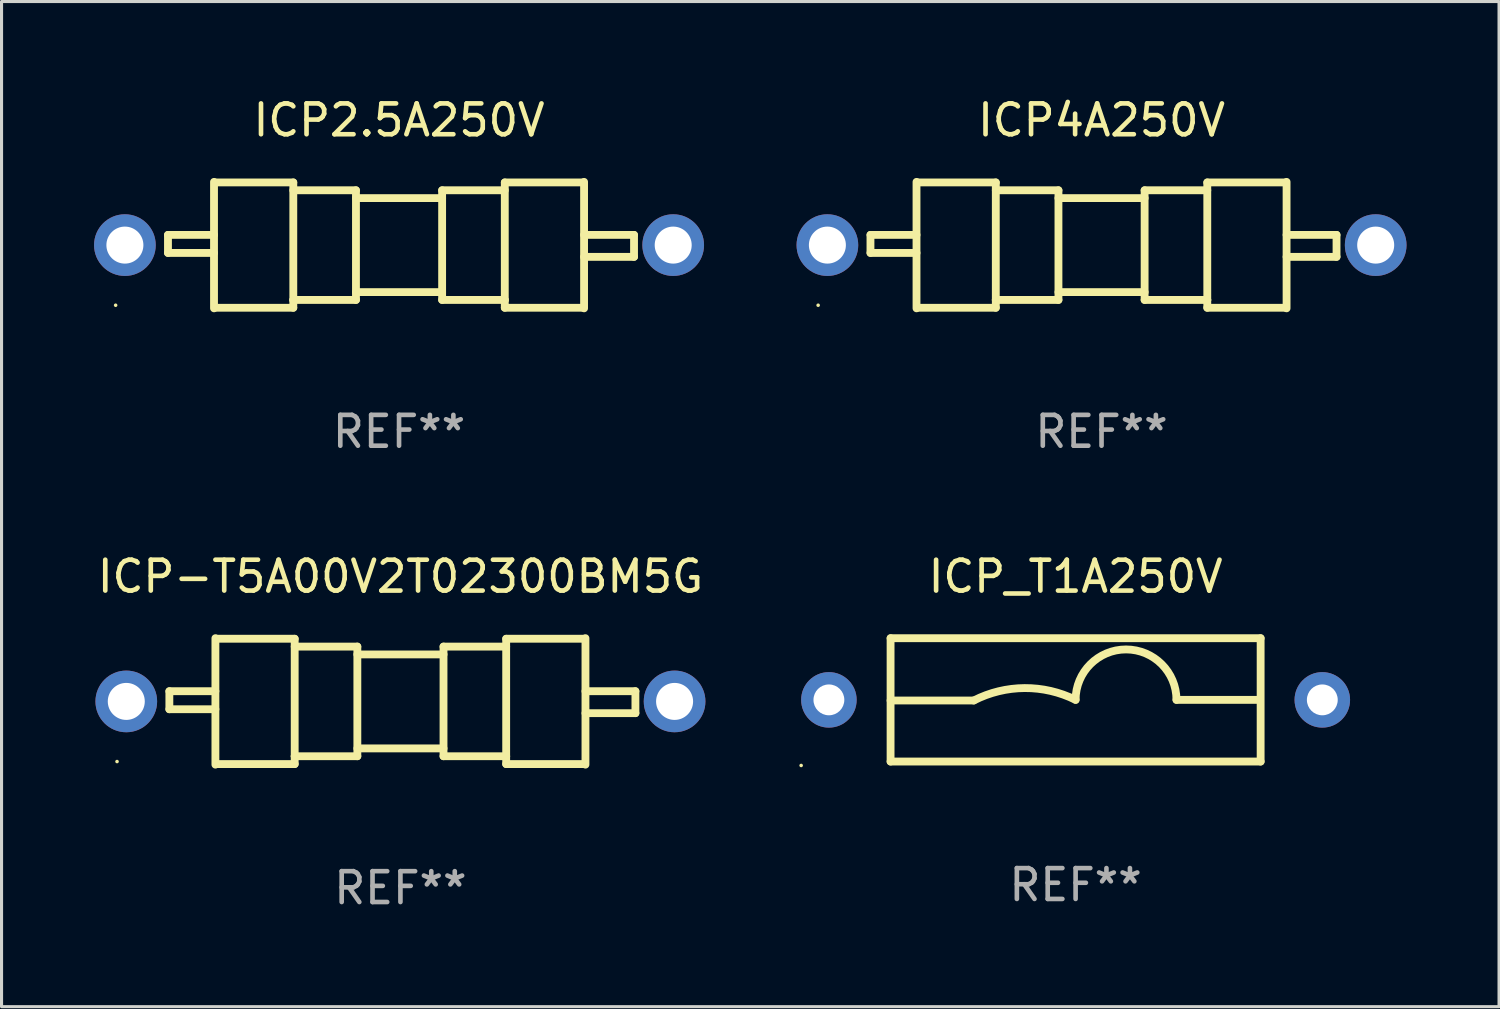
<source format=kicad_pcb>
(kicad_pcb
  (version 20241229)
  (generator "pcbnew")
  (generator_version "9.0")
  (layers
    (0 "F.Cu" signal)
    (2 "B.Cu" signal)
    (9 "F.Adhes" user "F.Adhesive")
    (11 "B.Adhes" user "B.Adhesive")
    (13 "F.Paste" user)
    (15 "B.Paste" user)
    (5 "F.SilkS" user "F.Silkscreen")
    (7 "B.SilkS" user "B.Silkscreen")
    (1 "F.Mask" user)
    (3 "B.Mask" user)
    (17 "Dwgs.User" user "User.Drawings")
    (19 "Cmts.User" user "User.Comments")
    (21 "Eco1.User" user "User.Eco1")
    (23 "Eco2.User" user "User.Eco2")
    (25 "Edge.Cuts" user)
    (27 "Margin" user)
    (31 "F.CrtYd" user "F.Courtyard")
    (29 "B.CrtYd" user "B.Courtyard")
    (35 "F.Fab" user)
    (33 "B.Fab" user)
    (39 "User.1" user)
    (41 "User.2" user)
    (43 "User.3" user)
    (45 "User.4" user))
  (footprint "ICP-T5A00V2T02300BM5G"
    (layer "F.Cu")
    (at 9.935 19.695)
    (property "Reference" "ICP-T5A00V2T02300BM5G" (at 0 -4.05 0) (layer "F.SilkS") (effects (font (size 1 1) (thickness 0.15))))
    (attr through_hole)
    (fp_line (start -7.493 -0.331) (end -7.493 0.254) (stroke (width 0.254) (type solid)) (layer "F.SilkS"))
    (fp_line (start -7.493 0.254) (end -6 0.254) (stroke (width 0.254) (type solid)) (layer "F.SilkS"))
    (fp_line (start -6 -0.331) (end -7.493 -0.331) (stroke (width 0.254) (type solid)) (layer "F.SilkS"))
    (fp_line (start -6 2.05) (end -6 -2.05) (stroke (width 0.254) (type solid)) (layer "F.SilkS"))
    (fp_line (start -5.969 -2.032) (end -3.429 -2.032) (stroke (width 0.254) (type solid)) (layer "F.SilkS"))
    (fp_line (start -3.429 -2.032) (end -3.429 2.032) (stroke (width 0.254) (type solid)) (layer "F.SilkS"))
    (fp_line (start -3.429 -1.778) (end -1.397 -1.778) (stroke (width 0.254) (type solid)) (layer "F.SilkS"))
    (fp_line (start -3.429 1.778) (end -3.429 1.778) (stroke (width 0.254) (type solid)) (layer "F.SilkS"))
    (fp_line (start -3.429 2.032) (end -5.969 2.032) (stroke (width 0.254) (type solid)) (layer "F.SilkS"))
    (fp_line (start -1.397 -1.778) (end -1.397 1.778) (stroke (width 0.254) (type solid)) (layer "F.SilkS"))
    (fp_line (start -1.397 -1.524) (end 1.397 -1.524) (stroke (width 0.254) (type solid)) (layer "F.SilkS"))
    (fp_line (start -1.397 1.524) (end 1.397 1.524) (stroke (width 0.254) (type solid)) (layer "F.SilkS"))
    (fp_line (start -1.397 1.778) (end -3.429 1.778) (stroke (width 0.254) (type solid)) (layer "F.SilkS"))
    (fp_line (start 1.397 -1.778) (end 1.397 1.778) (stroke (width 0.254) (type solid)) (layer "F.SilkS"))
    (fp_line (start 1.397 1.778) (end 3.429 1.778) (stroke (width 0.254) (type solid)) (layer "F.SilkS"))
    (fp_line (start 3.429 -2.032) (end 3.429 2.032) (stroke (width 0.254) (type solid)) (layer "F.SilkS"))
    (fp_line (start 3.429 -1.778) (end 1.397 -1.778) (stroke (width 0.254) (type solid)) (layer "F.SilkS"))
    (fp_line (start 3.429 1.778) (end 3.429 1.778) (stroke (width 0.254) (type solid)) (layer "F.SilkS"))
    (fp_line (start 3.429 2.032) (end 5.969 2.032) (stroke (width 0.254) (type solid)) (layer "F.SilkS"))
    (fp_line (start 5.969 -2.032) (end 3.429 -2.032) (stroke (width 0.254) (type solid)) (layer "F.SilkS"))
    (fp_line (start 6 -2.05) (end 6 2.05) (stroke (width 0.254) (type solid)) (layer "F.SilkS"))
    (fp_line (start 6 -0.331) (end 7.62 -0.331) (stroke (width 0.254) (type solid)) (layer "F.SilkS"))
    (fp_line (start 7.62 -0.331) (end 7.62 0.381) (stroke (width 0.254) (type solid)) (layer "F.SilkS"))
    (fp_line (start 7.62 0.381) (end 6 0.381) (stroke (width 0.254) (type solid)) (layer "F.SilkS"))
    (fp_circle (center -9.19 1.95) (end -9.16 1.95) (stroke (width 0.06) (type solid)) (fill no) (layer "F.SilkS"))
    (fp_text user "REF**" (at 0 6.05 0) (layer "F.Fab") (effects (font (size 1 1) (thickness 0.15))))
    (pad "1" thru_hole circle (at -8.89 0) (size 2 2) (drill 1.2) (layers "*.Cu" "*.Mask"))
    (pad "2" thru_hole circle (at 8.89 0) (size 2 2) (drill 1.2) (layers "*.Cu" "*.Mask")))
  (footprint "ICP_T1A250V"
    (layer "F.Cu")
    (at 31.829 19.645)
    (property "Reference" "ICP_T1A250V" (at 0 -4 0) (layer "F.SilkS") (effects (font (size 1 1) (thickness 0.15))))
    (attr through_hole)
    (fp_line (start -6 -2) (end 6 -2) (stroke (width 0.254) (type solid)) (layer "F.SilkS"))
    (fp_line (start -6 0.02) (end -3.302 0.02) (stroke (width 0.254) (type solid)) (layer "F.SilkS"))
    (fp_line (start -6 2) (end -6 -2) (stroke (width 0.254) (type solid)) (layer "F.SilkS"))
    (fp_line (start 5.969 0) (end 3.271 0) (stroke (width 0.254) (type solid)) (layer "F.SilkS"))
    (fp_line (start 6 -2) (end 6 2) (stroke (width 0.254) (type solid)) (layer "F.SilkS"))
    (fp_line (start 6 2) (end -6 2) (stroke (width 0.254) (type solid)) (layer "F.SilkS"))
    (fp_arc (start -3.302007 0.020218) (mid -1.653409 -0.382715) (end 0 0) (stroke (width 0.254001) (type solid)) (layer "F.SilkS"))
    (fp_arc (start 0.000001 0) (mid 1.635497 -1.634823) (end 3.270993 0) (stroke (width 0.254001) (type solid)) (layer "F.SilkS"))
    (fp_circle (center -8.9 2.127) (end -8.87 2.127) (stroke (width 0.06) (type solid)) (fill no) (layer "F.SilkS"))
    (fp_text user "REF**" (at 0 6 0) (layer "F.Fab") (effects (font (size 1 1) (thickness 0.15))))
    (pad "1" thru_hole circle (at -8 0) (size 1.8 1.8) (drill 1) (layers "*.Cu" "*.Mask"))
    (pad "2" thru_hole circle (at 8 0) (size 1.8 1.8) (drill 1) (layers "*.Cu" "*.Mask")))
  (footprint "ICP4A250V"
    (layer "F.Cu")
    (at 32.67 4.898)
    (property "Reference" "ICP4A250V" (at 0 -4.05 0) (layer "F.SilkS") (effects (font (size 1 1) (thickness 0.15))))
    (attr through_hole)
    (fp_line (start -7.493 -0.331) (end -7.493 0.254) (stroke (width 0.254) (type solid)) (layer "F.SilkS"))
    (fp_line (start -7.493 0.254) (end -6 0.254) (stroke (width 0.254) (type solid)) (layer "F.SilkS"))
    (fp_line (start -6 -0.331) (end -7.493 -0.331) (stroke (width 0.254) (type solid)) (layer "F.SilkS"))
    (fp_line (start -6 2.05) (end -6 -2.05) (stroke (width 0.254) (type solid)) (layer "F.SilkS"))
    (fp_line (start -5.969 -2.032) (end -3.429 -2.032) (stroke (width 0.254) (type solid)) (layer "F.SilkS"))
    (fp_line (start -3.429 -2.032) (end -3.429 2.032) (stroke (width 0.254) (type solid)) (layer "F.SilkS"))
    (fp_line (start -3.429 -1.778) (end -1.397 -1.778) (stroke (width 0.254) (type solid)) (layer "F.SilkS"))
    (fp_line (start -3.429 1.778) (end -3.429 1.778) (stroke (width 0.254) (type solid)) (layer "F.SilkS"))
    (fp_line (start -3.429 2.032) (end -5.969 2.032) (stroke (width 0.254) (type solid)) (layer "F.SilkS"))
    (fp_line (start -1.397 -1.778) (end -1.397 1.778) (stroke (width 0.254) (type solid)) (layer "F.SilkS"))
    (fp_line (start -1.397 -1.524) (end 1.397 -1.524) (stroke (width 0.254) (type solid)) (layer "F.SilkS"))
    (fp_line (start -1.397 1.524) (end 1.397 1.524) (stroke (width 0.254) (type solid)) (layer "F.SilkS"))
    (fp_line (start -1.397 1.778) (end -3.429 1.778) (stroke (width 0.254) (type solid)) (layer "F.SilkS"))
    (fp_line (start 1.397 -1.778) (end 1.397 1.778) (stroke (width 0.254) (type solid)) (layer "F.SilkS"))
    (fp_line (start 1.397 1.778) (end 3.429 1.778) (stroke (width 0.254) (type solid)) (layer "F.SilkS"))
    (fp_line (start 3.429 -2.032) (end 3.429 2.032) (stroke (width 0.254) (type solid)) (layer "F.SilkS"))
    (fp_line (start 3.429 -1.778) (end 1.397 -1.778) (stroke (width 0.254) (type solid)) (layer "F.SilkS"))
    (fp_line (start 3.429 1.778) (end 3.429 1.778) (stroke (width 0.254) (type solid)) (layer "F.SilkS"))
    (fp_line (start 3.429 2.032) (end 5.969 2.032) (stroke (width 0.254) (type solid)) (layer "F.SilkS"))
    (fp_line (start 5.969 -2.032) (end 3.429 -2.032) (stroke (width 0.254) (type solid)) (layer "F.SilkS"))
    (fp_line (start 6 -2.05) (end 6 2.05) (stroke (width 0.254) (type solid)) (layer "F.SilkS"))
    (fp_line (start 6 -0.331) (end 7.62 -0.331) (stroke (width 0.254) (type solid)) (layer "F.SilkS"))
    (fp_line (start 7.62 -0.331) (end 7.62 0.381) (stroke (width 0.254) (type solid)) (layer "F.SilkS"))
    (fp_line (start 7.62 0.381) (end 6 0.381) (stroke (width 0.254) (type solid)) (layer "F.SilkS"))
    (fp_circle (center -9.19 1.95) (end -9.16 1.95) (stroke (width 0.06) (type solid)) (fill no) (layer "F.SilkS"))
    (fp_text user "REF**" (at 0 6.05 0) (layer "F.Fab") (effects (font (size 1 1) (thickness 0.15))))
    (pad "1" thru_hole circle (at -8.89 0) (size 2 2) (drill 1.2) (layers "*.Cu" "*.Mask"))
    (pad "2" thru_hole circle (at 8.89 0) (size 2 2) (drill 1.2) (layers "*.Cu" "*.Mask")))
  (footprint "ICP2.5A250V"
    (layer "F.Cu")
    (at 9.89 4.898)
    (property "Reference" "ICP2.5A250V" (at 0 -4.05 0) (layer "F.SilkS") (effects (font (size 1 1) (thickness 0.15))))
    (attr through_hole)
    (fp_line (start -7.493 -0.331) (end -7.493 0.254) (stroke (width 0.254) (type solid)) (layer "F.SilkS"))
    (fp_line (start -7.493 0.254) (end -6 0.254) (stroke (width 0.254) (type solid)) (layer "F.SilkS"))
    (fp_line (start -6 -0.331) (end -7.493 -0.331) (stroke (width 0.254) (type solid)) (layer "F.SilkS"))
    (fp_line (start -6 2.05) (end -6 -2.05) (stroke (width 0.254) (type solid)) (layer "F.SilkS"))
    (fp_line (start -5.969 -2.032) (end -3.429 -2.032) (stroke (width 0.254) (type solid)) (layer "F.SilkS"))
    (fp_line (start -3.429 -2.032) (end -3.429 2.032) (stroke (width 0.254) (type solid)) (layer "F.SilkS"))
    (fp_line (start -3.429 -1.778) (end -1.397 -1.778) (stroke (width 0.254) (type solid)) (layer "F.SilkS"))
    (fp_line (start -3.429 1.778) (end -3.429 1.778) (stroke (width 0.254) (type solid)) (layer "F.SilkS"))
    (fp_line (start -3.429 2.032) (end -5.969 2.032) (stroke (width 0.254) (type solid)) (layer "F.SilkS"))
    (fp_line (start -1.397 -1.778) (end -1.397 1.778) (stroke (width 0.254) (type solid)) (layer "F.SilkS"))
    (fp_line (start -1.397 -1.524) (end 1.397 -1.524) (stroke (width 0.254) (type solid)) (layer "F.SilkS"))
    (fp_line (start -1.397 1.524) (end 1.397 1.524) (stroke (width 0.254) (type solid)) (layer "F.SilkS"))
    (fp_line (start -1.397 1.778) (end -3.429 1.778) (stroke (width 0.254) (type solid)) (layer "F.SilkS"))
    (fp_line (start 1.397 -1.778) (end 1.397 1.778) (stroke (width 0.254) (type solid)) (layer "F.SilkS"))
    (fp_line (start 1.397 1.778) (end 3.429 1.778) (stroke (width 0.254) (type solid)) (layer "F.SilkS"))
    (fp_line (start 3.429 -2.032) (end 3.429 2.032) (stroke (width 0.254) (type solid)) (layer "F.SilkS"))
    (fp_line (start 3.429 -1.778) (end 1.397 -1.778) (stroke (width 0.254) (type solid)) (layer "F.SilkS"))
    (fp_line (start 3.429 1.778) (end 3.429 1.778) (stroke (width 0.254) (type solid)) (layer "F.SilkS"))
    (fp_line (start 3.429 2.032) (end 5.969 2.032) (stroke (width 0.254) (type solid)) (layer "F.SilkS"))
    (fp_line (start 5.969 -2.032) (end 3.429 -2.032) (stroke (width 0.254) (type solid)) (layer "F.SilkS"))
    (fp_line (start 6 -2.05) (end 6 2.05) (stroke (width 0.254) (type solid)) (layer "F.SilkS"))
    (fp_line (start 6 -0.331) (end 7.62 -0.331) (stroke (width 0.254) (type solid)) (layer "F.SilkS"))
    (fp_line (start 7.62 -0.331) (end 7.62 0.381) (stroke (width 0.254) (type solid)) (layer "F.SilkS"))
    (fp_line (start 7.62 0.381) (end 6 0.381) (stroke (width 0.254) (type solid)) (layer "F.SilkS"))
    (fp_circle (center -9.19 1.95) (end -9.16 1.95) (stroke (width 0.06) (type solid)) (fill no) (layer "F.SilkS"))
    (fp_text user "REF**" (at 0 6.05 0) (layer "F.Fab") (effects (font (size 1 1) (thickness 0.15))))
    (pad "1" thru_hole circle (at -8.89 0) (size 2 2) (drill 1.2) (layers "*.Cu" "*.Mask"))
    (pad "2" thru_hole circle (at 8.89 0) (size 2 2) (drill 1.2) (layers "*.Cu" "*.Mask")))
  (gr_rect
    (start -3 -3)
    (end 45.56 29.593)
    (stroke (width 0.1) (type default))
    (fill no)
    (layer "Edge.Cuts")))
</source>
